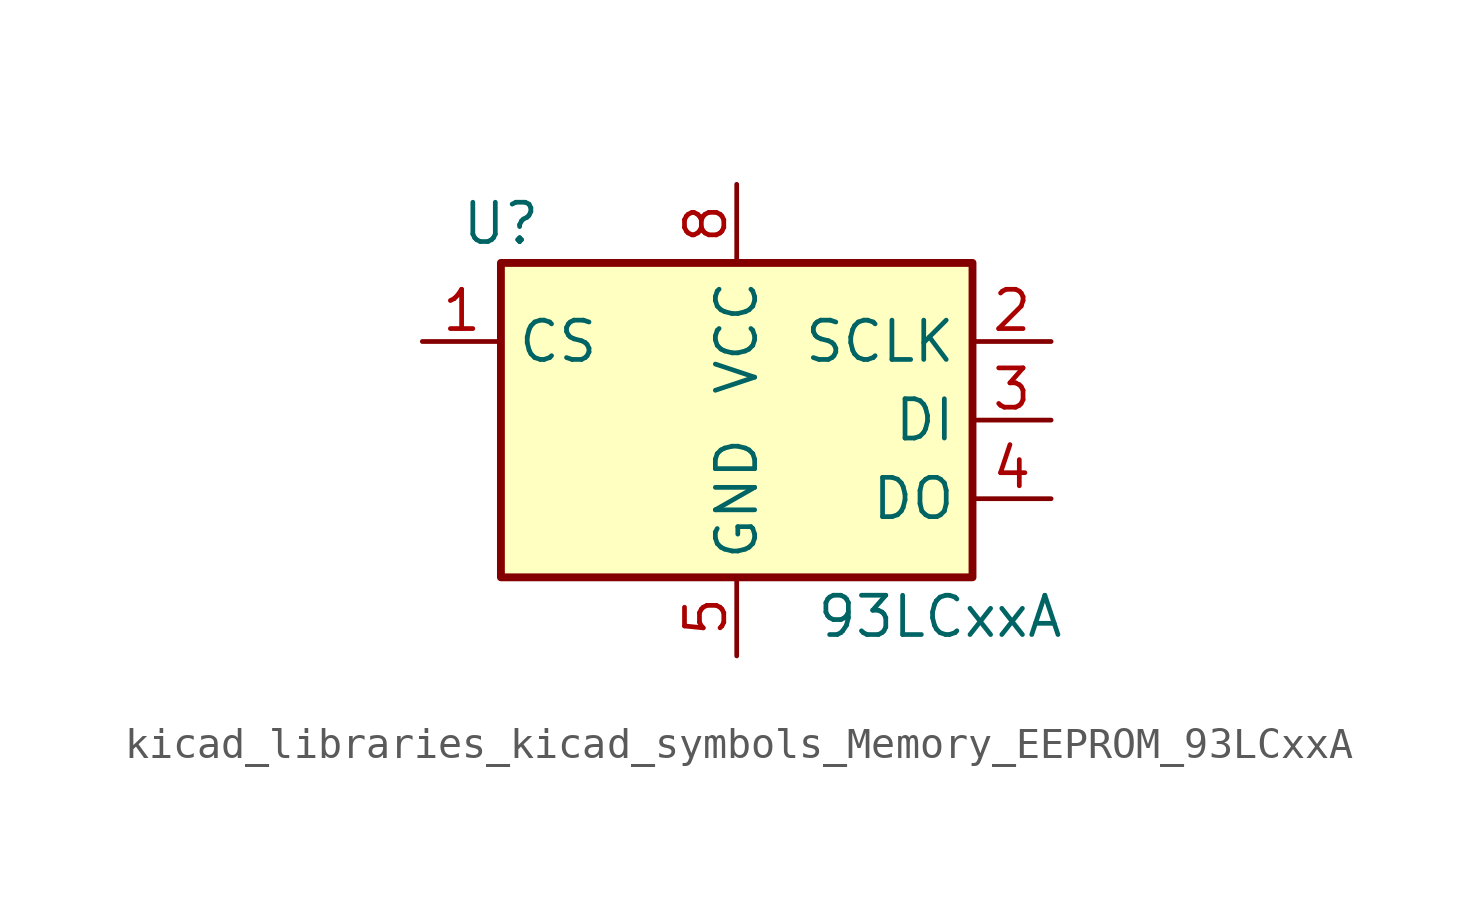
<source format=kicad_sym>
(kicad_symbol_lib
  (version 20220914)
  (generator kicad_symbol_editor)
  (symbol "kicad_libraries_kicad_symbols_Memory_EEPROM_93LCxxA"
    (property "Reference" "U"
      (at -7.62 6.35 0)
      (effects (font (size 1.27 1.27))))
    (property "Value" "93LCxxA"
      (at 2.54 -6.35 0)
      (effects (font (size 1.27 1.27)) (justify left)))
    (symbol "kicad_libraries_kicad_symbols_Memory_EEPROM_93LCxxA_1_1"
      (rectangle (start -7.62 5.08) (end 7.62 -5.08) (stroke (width 0.254) (type default)) (fill (type background)))
      (pin input line (at -10.16 2.54 0) (length 2.54) (name "CS" (effects (font (size 1.27 1.27)))) (number "1" (effects (font (size 1.27 1.27)))))
      (pin input line (at 10.16 2.54 180) (length 2.54) (name "SCLK" (effects (font (size 1.27 1.27)))) (number "2" (effects (font (size 1.27 1.27)))))
      (pin input line (at 10.16 0 180) (length 2.54) (name "DI" (effects (font (size 1.27 1.27)))) (number "3" (effects (font (size 1.27 1.27)))))
      (pin tri_state line (at 10.16 -2.54 180) (length 2.54) (name "DO" (effects (font (size 1.27 1.27)))) (number "4" (effects (font (size 1.27 1.27)))))
      (pin power_in line (at 0 -7.62 90) (length 2.54) (name "GND" (effects (font (size 1.27 1.27)))) (number "5" (effects (font (size 1.27 1.27)))))
      (pin no_connect line (at -7.62 0 0) (length 2.54) hide (name "NC" (effects (font (size 1.27 1.27)))) (number "6" (effects (font (size 1.27 1.27)))))
      (pin no_connect line (at -7.62 -2.54 0) (length 2.54) hide (name "NC" (effects (font (size 1.27 1.27)))) (number "7" (effects (font (size 1.27 1.27)))))
      (pin power_in line (at 0 7.62 270) (length 2.54) (name "VCC" (effects (font (size 1.27 1.27)))) (number "8" (effects (font (size 1.27 1.27))))))))
</source>
